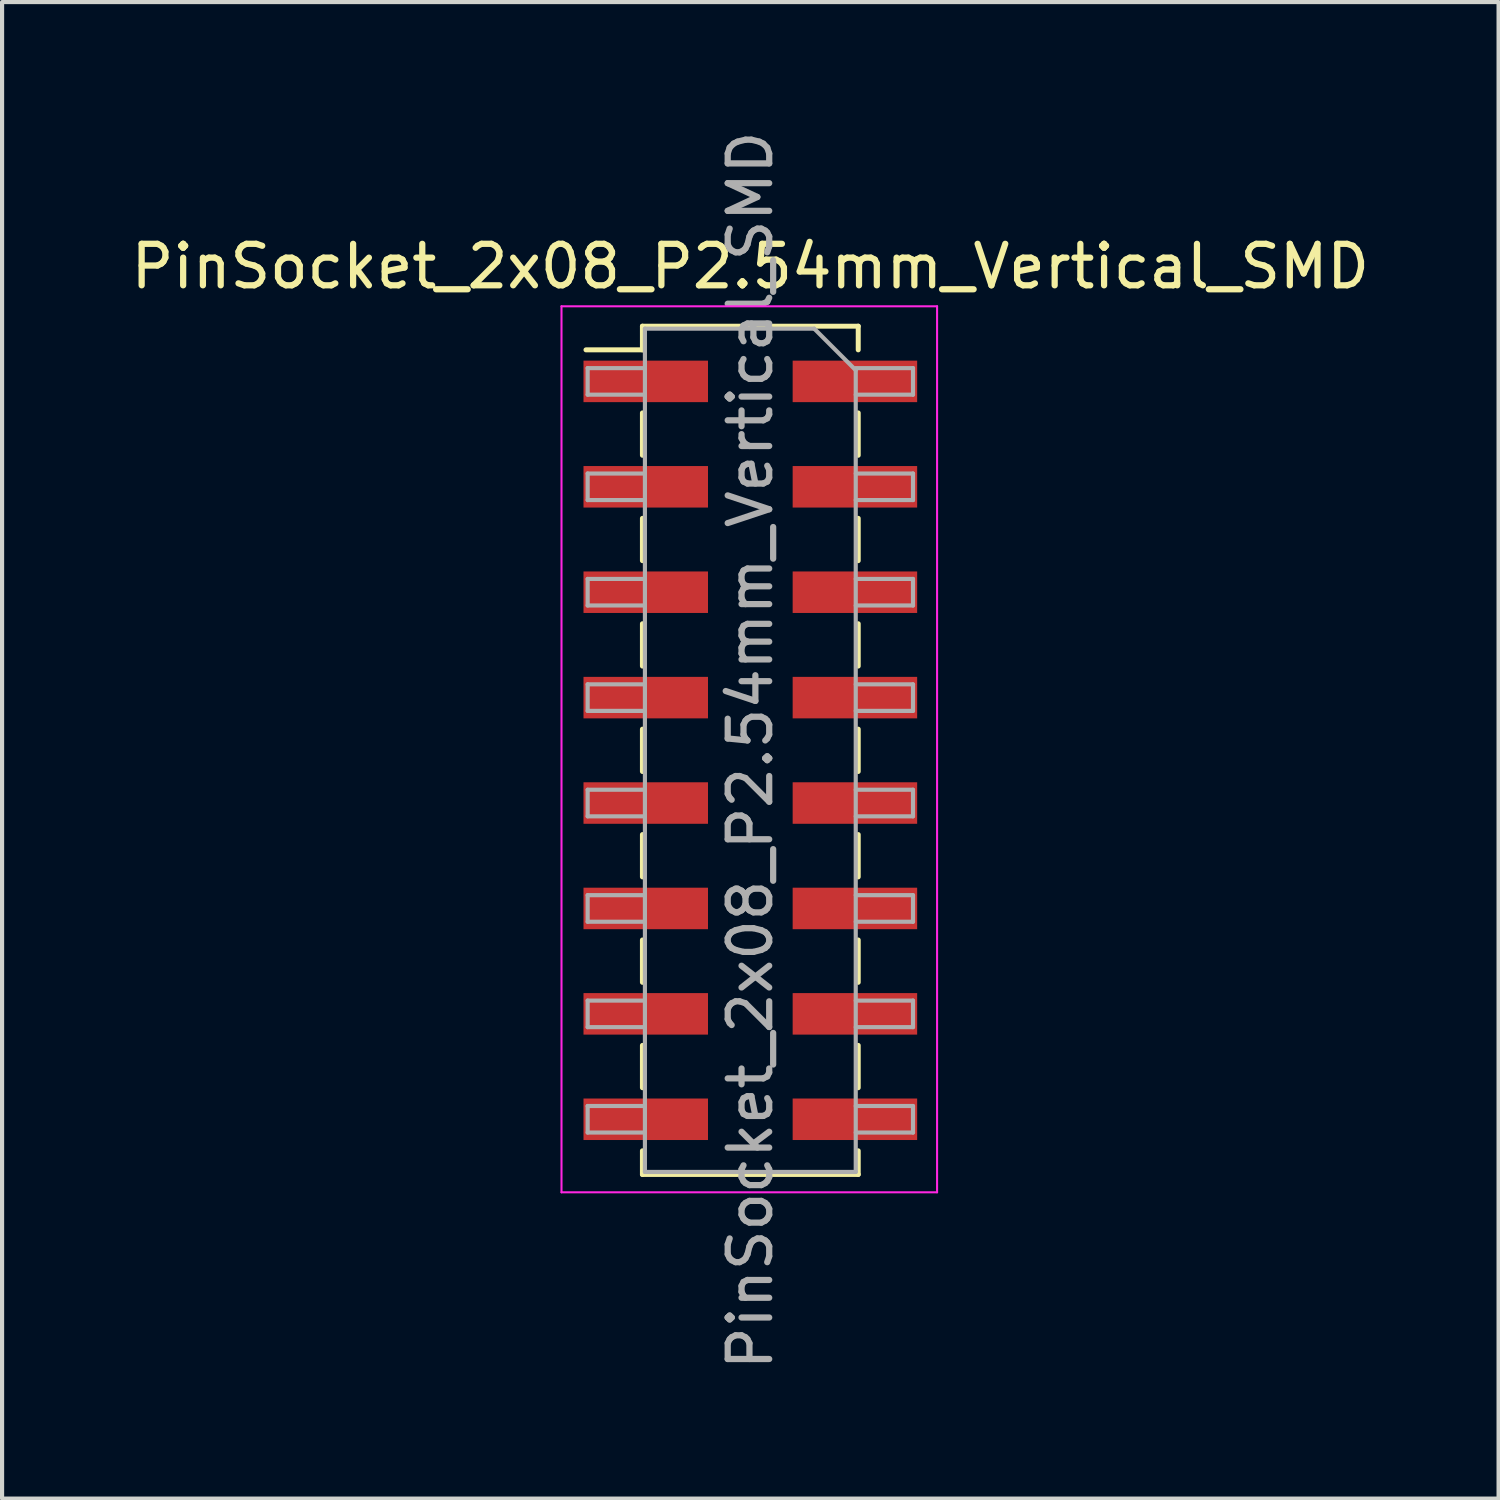
<source format=kicad_pcb>
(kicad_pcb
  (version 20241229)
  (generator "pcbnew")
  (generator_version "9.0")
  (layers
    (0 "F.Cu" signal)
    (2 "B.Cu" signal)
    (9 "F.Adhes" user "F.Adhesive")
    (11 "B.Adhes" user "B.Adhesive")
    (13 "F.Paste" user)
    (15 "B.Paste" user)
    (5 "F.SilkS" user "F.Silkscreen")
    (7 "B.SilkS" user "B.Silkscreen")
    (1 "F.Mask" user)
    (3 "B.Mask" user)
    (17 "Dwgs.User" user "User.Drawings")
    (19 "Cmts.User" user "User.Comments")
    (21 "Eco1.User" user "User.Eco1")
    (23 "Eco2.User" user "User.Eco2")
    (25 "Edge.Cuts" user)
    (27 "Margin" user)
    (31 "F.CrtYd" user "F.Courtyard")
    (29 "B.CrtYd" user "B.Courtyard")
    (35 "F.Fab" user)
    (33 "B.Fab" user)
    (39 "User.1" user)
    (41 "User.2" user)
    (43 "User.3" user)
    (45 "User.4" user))
  (footprint "PinSocket_2x08_P2.54mm_Vertical_SMD"
    (layer "F.Cu")
    (at 15.03 15.03)
    (property "Reference" "PinSocket_2x08_P2.54mm_Vertical_SMD" (at 0 -11.66 180) (layer "F.SilkS") (effects (font (size 1 1) (thickness 0.15))))
    (attr smd)
    (fp_line (start -3.96 -9.65) (end -2.6 -9.65) (stroke (width 0.12) (type solid)) (layer "F.SilkS"))
    (fp_line (start -2.6 -10.22) (end -2.6 -9.65) (stroke (width 0.12) (type solid)) (layer "F.SilkS"))
    (fp_line (start -2.6 -10.22) (end 2.6 -10.22) (stroke (width 0.12) (type solid)) (layer "F.SilkS"))
    (fp_line (start -2.6 -8.13) (end -2.6 -7.11) (stroke (width 0.12) (type solid)) (layer "F.SilkS"))
    (fp_line (start -2.6 -5.59) (end -2.6 -4.57) (stroke (width 0.12) (type solid)) (layer "F.SilkS"))
    (fp_line (start -2.6 -3.05) (end -2.6 -2.03) (stroke (width 0.12) (type solid)) (layer "F.SilkS"))
    (fp_line (start -2.6 -0.51) (end -2.6 0.51) (stroke (width 0.12) (type solid)) (layer "F.SilkS"))
    (fp_line (start -2.6 2.03) (end -2.6 3.05) (stroke (width 0.12) (type solid)) (layer "F.SilkS"))
    (fp_line (start -2.6 4.57) (end -2.6 5.59) (stroke (width 0.12) (type solid)) (layer "F.SilkS"))
    (fp_line (start -2.6 7.11) (end -2.6 8.13) (stroke (width 0.12) (type solid)) (layer "F.SilkS"))
    (fp_line (start -2.6 9.65) (end -2.6 10.22) (stroke (width 0.12) (type solid)) (layer "F.SilkS"))
    (fp_line (start -2.6 10.22) (end 2.6 10.22) (stroke (width 0.12) (type solid)) (layer "F.SilkS"))
    (fp_line (start 2.6 -10.22) (end 2.6 -9.65) (stroke (width 0.12) (type solid)) (layer "F.SilkS"))
    (fp_line (start 2.6 -8.13) (end 2.6 -7.11) (stroke (width 0.12) (type solid)) (layer "F.SilkS"))
    (fp_line (start 2.6 -5.59) (end 2.6 -4.57) (stroke (width 0.12) (type solid)) (layer "F.SilkS"))
    (fp_line (start 2.6 -3.05) (end 2.6 -2.03) (stroke (width 0.12) (type solid)) (layer "F.SilkS"))
    (fp_line (start 2.6 -0.51) (end 2.6 0.51) (stroke (width 0.12) (type solid)) (layer "F.SilkS"))
    (fp_line (start 2.6 2.03) (end 2.6 3.05) (stroke (width 0.12) (type solid)) (layer "F.SilkS"))
    (fp_line (start 2.6 4.57) (end 2.6 5.59) (stroke (width 0.12) (type solid)) (layer "F.SilkS"))
    (fp_line (start 2.6 7.11) (end 2.6 8.13) (stroke (width 0.12) (type solid)) (layer "F.SilkS"))
    (fp_line (start 2.6 9.65) (end 2.6 10.22) (stroke (width 0.12) (type solid)) (layer "F.SilkS"))
    (fp_line (start -4.55 -10.7) (end 4.5 -10.7) (stroke (width 0.05) (type solid)) (layer "F.CrtYd"))
    (fp_line (start -4.55 10.65) (end -4.55 -10.7) (stroke (width 0.05) (type solid)) (layer "F.CrtYd"))
    (fp_line (start 4.5 -10.7) (end 4.5 10.65) (stroke (width 0.05) (type solid)) (layer "F.CrtYd"))
    (fp_line (start 4.5 10.65) (end -4.55 10.65) (stroke (width 0.05) (type solid)) (layer "F.CrtYd"))
    (fp_line (start -3.92 -9.21) (end -2.54 -9.21) (stroke (width 0.1) (type solid)) (layer "F.Fab"))
    (fp_line (start -3.92 -8.57) (end -3.92 -9.21) (stroke (width 0.1) (type solid)) (layer "F.Fab"))
    (fp_line (start -3.92 -6.67) (end -2.54 -6.67) (stroke (width 0.1) (type solid)) (layer "F.Fab"))
    (fp_line (start -3.92 -6.03) (end -3.92 -6.67) (stroke (width 0.1) (type solid)) (layer "F.Fab"))
    (fp_line (start -3.92 -4.13) (end -2.54 -4.13) (stroke (width 0.1) (type solid)) (layer "F.Fab"))
    (fp_line (start -3.92 -3.49) (end -3.92 -4.13) (stroke (width 0.1) (type solid)) (layer "F.Fab"))
    (fp_line (start -3.92 -1.59) (end -2.54 -1.59) (stroke (width 0.1) (type solid)) (layer "F.Fab"))
    (fp_line (start -3.92 -0.95) (end -3.92 -1.59) (stroke (width 0.1) (type solid)) (layer "F.Fab"))
    (fp_line (start -3.92 0.95) (end -2.54 0.95) (stroke (width 0.1) (type solid)) (layer "F.Fab"))
    (fp_line (start -3.92 1.59) (end -3.92 0.95) (stroke (width 0.1) (type solid)) (layer "F.Fab"))
    (fp_line (start -3.92 3.49) (end -2.54 3.49) (stroke (width 0.1) (type solid)) (layer "F.Fab"))
    (fp_line (start -3.92 4.13) (end -3.92 3.49) (stroke (width 0.1) (type solid)) (layer "F.Fab"))
    (fp_line (start -3.92 6.03) (end -2.54 6.03) (stroke (width 0.1) (type solid)) (layer "F.Fab"))
    (fp_line (start -3.92 6.67) (end -3.92 6.03) (stroke (width 0.1) (type solid)) (layer "F.Fab"))
    (fp_line (start -3.92 8.57) (end -2.54 8.57) (stroke (width 0.1) (type solid)) (layer "F.Fab"))
    (fp_line (start -3.92 9.21) (end -3.92 8.57) (stroke (width 0.1) (type solid)) (layer "F.Fab"))
    (fp_line (start -2.54 -10.16) (end 1.54 -10.16) (stroke (width 0.1) (type solid)) (layer "F.Fab"))
    (fp_line (start -2.54 -8.57) (end -3.92 -8.57) (stroke (width 0.1) (type solid)) (layer "F.Fab"))
    (fp_line (start -2.54 -6.03) (end -3.92 -6.03) (stroke (width 0.1) (type solid)) (layer "F.Fab"))
    (fp_line (start -2.54 -3.49) (end -3.92 -3.49) (stroke (width 0.1) (type solid)) (layer "F.Fab"))
    (fp_line (start -2.54 -0.95) (end -3.92 -0.95) (stroke (width 0.1) (type solid)) (layer "F.Fab"))
    (fp_line (start -2.54 1.59) (end -3.92 1.59) (stroke (width 0.1) (type solid)) (layer "F.Fab"))
    (fp_line (start -2.54 4.13) (end -3.92 4.13) (stroke (width 0.1) (type solid)) (layer "F.Fab"))
    (fp_line (start -2.54 6.67) (end -3.92 6.67) (stroke (width 0.1) (type solid)) (layer "F.Fab"))
    (fp_line (start -2.54 9.21) (end -3.92 9.21) (stroke (width 0.1) (type solid)) (layer "F.Fab"))
    (fp_line (start -2.54 10.16) (end -2.54 -10.16) (stroke (width 0.1) (type solid)) (layer "F.Fab"))
    (fp_line (start 1.54 -10.16) (end 2.54 -9.16) (stroke (width 0.1) (type solid)) (layer "F.Fab"))
    (fp_line (start 2.54 -9.21) (end 3.92 -9.21) (stroke (width 0.1) (type solid)) (layer "F.Fab"))
    (fp_line (start 2.54 -9.16) (end 2.54 10.16) (stroke (width 0.1) (type solid)) (layer "F.Fab"))
    (fp_line (start 2.54 -6.67) (end 3.92 -6.67) (stroke (width 0.1) (type solid)) (layer "F.Fab"))
    (fp_line (start 2.54 -4.13) (end 3.92 -4.13) (stroke (width 0.1) (type solid)) (layer "F.Fab"))
    (fp_line (start 2.54 -1.59) (end 3.92 -1.59) (stroke (width 0.1) (type solid)) (layer "F.Fab"))
    (fp_line (start 2.54 0.95) (end 3.92 0.95) (stroke (width 0.1) (type solid)) (layer "F.Fab"))
    (fp_line (start 2.54 3.49) (end 3.92 3.49) (stroke (width 0.1) (type solid)) (layer "F.Fab"))
    (fp_line (start 2.54 6.03) (end 3.92 6.03) (stroke (width 0.1) (type solid)) (layer "F.Fab"))
    (fp_line (start 2.54 8.57) (end 3.92 8.57) (stroke (width 0.1) (type solid)) (layer "F.Fab"))
    (fp_line (start 2.54 10.16) (end -2.54 10.16) (stroke (width 0.1) (type solid)) (layer "F.Fab"))
    (fp_line (start 3.92 -9.21) (end 3.92 -8.57) (stroke (width 0.1) (type solid)) (layer "F.Fab"))
    (fp_line (start 3.92 -8.57) (end 2.54 -8.57) (stroke (width 0.1) (type solid)) (layer "F.Fab"))
    (fp_line (start 3.92 -6.67) (end 3.92 -6.03) (stroke (width 0.1) (type solid)) (layer "F.Fab"))
    (fp_line (start 3.92 -6.03) (end 2.54 -6.03) (stroke (width 0.1) (type solid)) (layer "F.Fab"))
    (fp_line (start 3.92 -4.13) (end 3.92 -3.49) (stroke (width 0.1) (type solid)) (layer "F.Fab"))
    (fp_line (start 3.92 -3.49) (end 2.54 -3.49) (stroke (width 0.1) (type solid)) (layer "F.Fab"))
    (fp_line (start 3.92 -1.59) (end 3.92 -0.95) (stroke (width 0.1) (type solid)) (layer "F.Fab"))
    (fp_line (start 3.92 -0.95) (end 2.54 -0.95) (stroke (width 0.1) (type solid)) (layer "F.Fab"))
    (fp_line (start 3.92 0.95) (end 3.92 1.59) (stroke (width 0.1) (type solid)) (layer "F.Fab"))
    (fp_line (start 3.92 1.59) (end 2.54 1.59) (stroke (width 0.1) (type solid)) (layer "F.Fab"))
    (fp_line (start 3.92 3.49) (end 3.92 4.13) (stroke (width 0.1) (type solid)) (layer "F.Fab"))
    (fp_line (start 3.92 4.13) (end 2.54 4.13) (stroke (width 0.1) (type solid)) (layer "F.Fab"))
    (fp_line (start 3.92 6.03) (end 3.92 6.67) (stroke (width 0.1) (type solid)) (layer "F.Fab"))
    (fp_line (start 3.92 6.67) (end 2.54 6.67) (stroke (width 0.1) (type solid)) (layer "F.Fab"))
    (fp_line (start 3.92 8.57) (end 3.92 9.21) (stroke (width 0.1) (type solid)) (layer "F.Fab"))
    (fp_line (start 3.92 9.21) (end 2.54 9.21) (stroke (width 0.1) (type solid)) (layer "F.Fab"))
    (fp_text user "${REFERENCE}" (at 0 0 90) (layer "F.Fab") (effects (font (size 1 1) (thickness 0.15))))
    (pad "1" smd rect (at -2.52 -8.89) (size 3 1) (layers "F.Cu" "F.Mask" "F.Paste"))
    (pad "2" smd rect (at 2.52 -8.89) (size 3 1) (layers "F.Cu" "F.Mask" "F.Paste"))
    (pad "3" smd rect (at -2.52 -6.35) (size 3 1) (layers "F.Cu" "F.Mask" "F.Paste"))
    (pad "4" smd rect (at 2.52 -6.35) (size 3 1) (layers "F.Cu" "F.Mask" "F.Paste"))
    (pad "5" smd rect (at -2.52 -3.81) (size 3 1) (layers "F.Cu" "F.Mask" "F.Paste"))
    (pad "6" smd rect (at 2.52 -3.81) (size 3 1) (layers "F.Cu" "F.Mask" "F.Paste"))
    (pad "7" smd rect (at -2.52 -1.27) (size 3 1) (layers "F.Cu" "F.Mask" "F.Paste"))
    (pad "8" smd rect (at 2.52 -1.27) (size 3 1) (layers "F.Cu" "F.Mask" "F.Paste"))
    (pad "9" smd rect (at -2.52 1.27) (size 3 1) (layers "F.Cu" "F.Mask" "F.Paste"))
    (pad "10" smd rect (at 2.52 1.27) (size 3 1) (layers "F.Cu" "F.Mask" "F.Paste"))
    (pad "11" smd rect (at -2.52 3.81) (size 3 1) (layers "F.Cu" "F.Mask" "F.Paste"))
    (pad "12" smd rect (at 2.52 3.81) (size 3 1) (layers "F.Cu" "F.Mask" "F.Paste"))
    (pad "13" smd rect (at -2.52 6.35) (size 3 1) (layers "F.Cu" "F.Mask" "F.Paste"))
    (pad "14" smd rect (at 2.52 6.35) (size 3 1) (layers "F.Cu" "F.Mask" "F.Paste"))
    (pad "15" smd rect (at -2.52 8.89) (size 3 1) (layers "F.Cu" "F.Mask" "F.Paste"))
    (pad "16" smd rect (at 2.52 8.89) (size 3 1) (layers "F.Cu" "F.Mask" "F.Paste")))
  (gr_rect
    (start -3 -3)
    (end 33.06 33.06)
    (stroke (width 0.1) (type default))
    (fill no)
    (layer "Edge.Cuts")))
</source>
